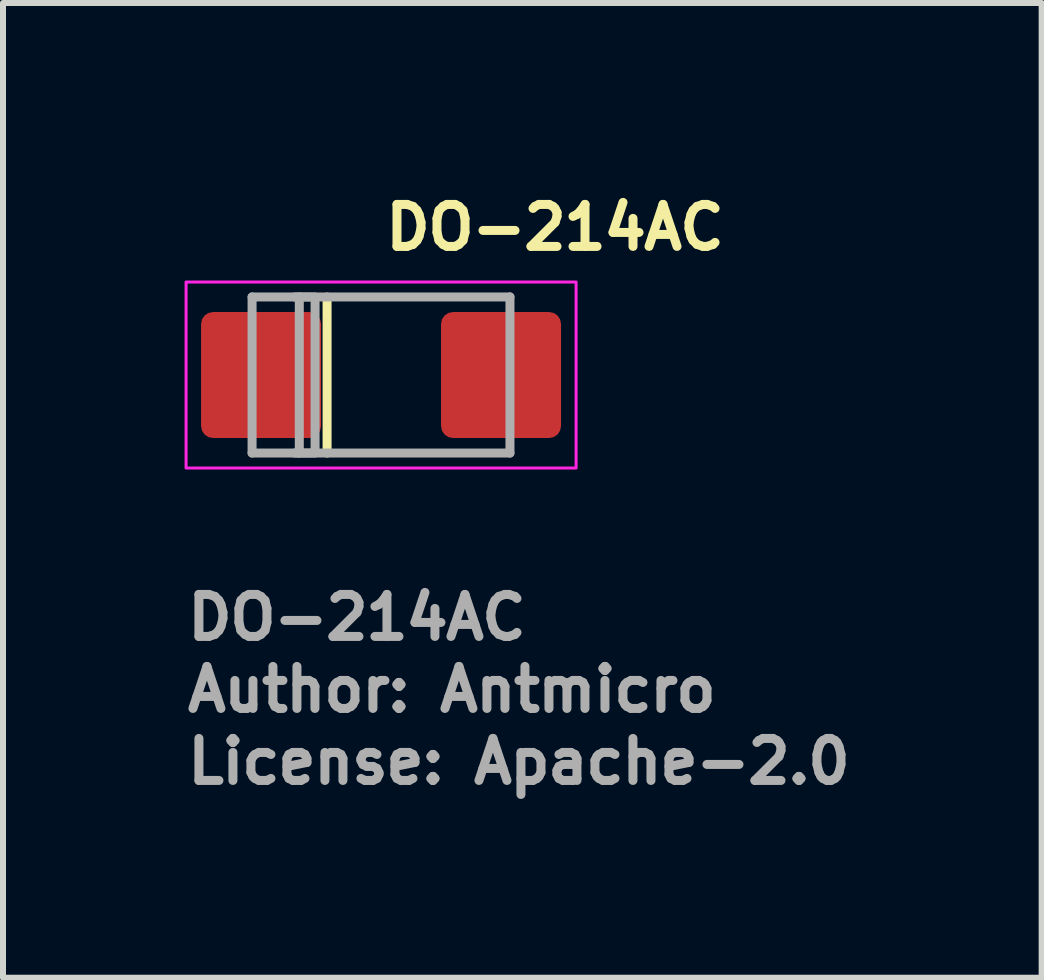
<source format=kicad_pcb>
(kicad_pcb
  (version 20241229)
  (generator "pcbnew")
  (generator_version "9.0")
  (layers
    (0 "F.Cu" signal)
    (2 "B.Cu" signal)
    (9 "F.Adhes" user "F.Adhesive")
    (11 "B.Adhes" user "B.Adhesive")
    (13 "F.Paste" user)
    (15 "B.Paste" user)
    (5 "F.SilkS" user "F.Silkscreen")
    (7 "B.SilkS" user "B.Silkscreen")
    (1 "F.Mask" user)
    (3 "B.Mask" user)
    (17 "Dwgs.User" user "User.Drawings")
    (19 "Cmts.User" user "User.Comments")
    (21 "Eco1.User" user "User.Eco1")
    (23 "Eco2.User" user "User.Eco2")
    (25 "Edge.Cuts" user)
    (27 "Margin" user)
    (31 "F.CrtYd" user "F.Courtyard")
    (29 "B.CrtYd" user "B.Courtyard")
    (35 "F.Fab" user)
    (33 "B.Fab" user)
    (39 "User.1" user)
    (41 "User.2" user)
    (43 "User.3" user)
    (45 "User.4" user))
  (footprint "DO-214AC"
    (layer "F.Cu")
    (at 3.301 3.2)
    (property "Reference" "DO-214AC" (at 0 -2.05 0) (layer "F.SilkS") (effects (font (size 0.7 0.7) (thickness 0.15)) (justify left bottom)))
    (attr smd)
    (fp_line (start -0.9 1.3) (end -0.9 -1.3) (stroke (width 0.15) (type solid)) (layer "F.SilkS"))
    (fp_rect (start -3.25 -1.55) (end 3.25 1.55) (stroke (width 0.05) (type solid)) (fill no) (layer "F.CrtYd"))
    (fp_line (start -2.15 -1.301) (end -2.15 1.3) (stroke (width 0.15) (type solid)) (layer "F.Fab"))
    (fp_line (start -2.15 -1.301) (end 2.148 -1.301) (stroke (width 0.15) (type solid)) (layer "F.Fab"))
    (fp_line (start -2.15 1.3) (end 2.148 1.3) (stroke (width 0.15) (type solid)) (layer "F.Fab"))
    (fp_line (start -1.442 1.3) (end -1.365 1.3) (stroke (width 0.15) (type solid)) (layer "F.Fab"))
    (fp_line (start -1.363 -1.301) (end -1.442 -1.301) (stroke (width 0.15) (type solid)) (layer "F.Fab"))
    (fp_line (start 2.148 -1.301) (end 2.148 1.3) (stroke (width 0.15) (type solid)) (layer "F.Fab"))
    (fp_rect (start -1.363 -1.301) (end -1.1 1.3) (stroke (width 0.15) (type solid)) (fill no) (layer "F.Fab"))
    (fp_rect (start -2.601 -1.301) (end 2.6 1.3) (stroke (width 0.1) (type solid)) (fill no) (layer "User.5"))
    (fp_line (start -2.601 0.748) (end -2.601 -0.75) (stroke (width 0.02) (type solid)) (layer "User.9"))
    (fp_line (start -2.452 -0.75) (end -2.601 -0.75) (stroke (width 0.02) (type solid)) (layer "User.9"))
    (fp_line (start -2.452 -0.75) (end -2.15 -0.75) (stroke (width 0.02) (type solid)) (layer "User.9"))
    (fp_line (start -2.452 0.748) (end -2.601 0.748) (stroke (width 0.02) (type solid)) (layer "User.9"))
    (fp_line (start -2.15 -1.301) (end 2.148 -1.301) (stroke (width 0.02) (type solid)) (layer "User.9"))
    (fp_line (start -2.15 -0.75) (end -2.15 -1.301) (stroke (width 0.02) (type solid)) (layer "User.9"))
    (fp_line (start -2.15 0.748) (end -2.452 0.748) (stroke (width 0.02) (type solid)) (layer "User.9"))
    (fp_line (start -2.15 0.748) (end -2.15 -0.75) (stroke (width 0.02) (type solid)) (layer "User.9"))
    (fp_line (start -2.15 1.3) (end -2.15 0.748) (stroke (width 0.02) (type solid)) (layer "User.9"))
    (fp_line (start -2.012 -1.16) (end -2.15 -1.301) (stroke (width 0.02) (type solid)) (layer "User.9"))
    (fp_line (start -2.012 -1.16) (end 1.009 -1.16) (stroke (width 0.02) (type solid)) (layer "User.9"))
    (fp_line (start -2.012 1.159) (end -2.15 1.3) (stroke (width 0.02) (type solid)) (layer "User.9"))
    (fp_line (start -2.012 1.159) (end -2.012 -1.16) (stroke (width 0.02) (type solid)) (layer "User.9"))
    (fp_line (start 1.009 1.159) (end -2.012 1.159) (stroke (width 0.02) (type solid)) (layer "User.9"))
    (fp_line (start 1.009 1.159) (end 1.509 1.159) (stroke (width 0.02) (type solid)) (layer "User.9"))
    (fp_line (start 1.509 -1.16) (end 1.009 -1.16) (stroke (width 0.02) (type solid)) (layer "User.9"))
    (fp_line (start 1.509 -1.16) (end 2.01 -1.16) (stroke (width 0.02) (type solid)) (layer "User.9"))
    (fp_line (start 2.01 -1.16) (end 2.01 1.159) (stroke (width 0.02) (type solid)) (layer "User.9"))
    (fp_line (start 2.01 1.159) (end 1.509 1.159) (stroke (width 0.02) (type solid)) (layer "User.9"))
    (fp_line (start 2.01 1.159) (end 2.148 1.3) (stroke (width 0.02) (type solid)) (layer "User.9"))
    (fp_line (start 2.148 -1.301) (end 2.01 -1.16) (stroke (width 0.02) (type solid)) (layer "User.9"))
    (fp_line (start 2.148 -1.301) (end 2.148 -0.75) (stroke (width 0.02) (type solid)) (layer "User.9"))
    (fp_line (start 2.148 -0.75) (end 2.148 0.748) (stroke (width 0.02) (type solid)) (layer "User.9"))
    (fp_line (start 2.148 -0.75) (end 2.45 -0.75) (stroke (width 0.02) (type solid)) (layer "User.9"))
    (fp_line (start 2.148 0.748) (end 2.148 1.3) (stroke (width 0.02) (type solid)) (layer "User.9"))
    (fp_line (start 2.148 1.3) (end -2.15 1.3) (stroke (width 0.02) (type solid)) (layer "User.9"))
    (fp_line (start 2.45 -0.75) (end 2.6 -0.75) (stroke (width 0.02) (type solid)) (layer "User.9"))
    (fp_line (start 2.45 0.748) (end 2.148 0.748) (stroke (width 0.02) (type solid)) (layer "User.9"))
    (fp_line (start 2.45 0.748) (end 2.6 0.748) (stroke (width 0.02) (type solid)) (layer "User.9"))
    (fp_line (start 2.6 -0.75) (end 2.6 0.748) (stroke (width 0.02) (type solid)) (layer "User.9"))
    (fp_text user "License: Apache-2.0" (at -3.301 6.85 0) (layer "F.Fab") (effects (font (size 0.7 0.7) (thickness 0.15)) (justify left bottom)))
    (fp_text user "${REFERENCE}" (at -3.301 4.45 0) (layer "F.Fab") (effects (font (size 0.7 0.7) (thickness 0.15)) (justify left bottom)))
    (fp_text user "Author: Antmicro" (at -3.301 5.65 0) (layer "F.Fab") (effects (font (size 0.7 0.7) (thickness 0.15)) (justify left bottom)))
    (pad "A" smd roundrect (at 1.999 0) (size 2 2.1) (layers "F.Cu" "F.Mask" "F.Paste") (roundrect_rratio 0.1))
    (pad "K" smd roundrect (at -2 0) (size 2 2.1) (layers "F.Cu" "F.Mask" "F.Paste") (roundrect_rratio 0.1)))
  (gr_rect
    (start -3 -3)
    (end 14.31 13.245)
    (stroke (width 0.1) (type default))
    (fill no)
    (layer "Edge.Cuts")))
</source>
